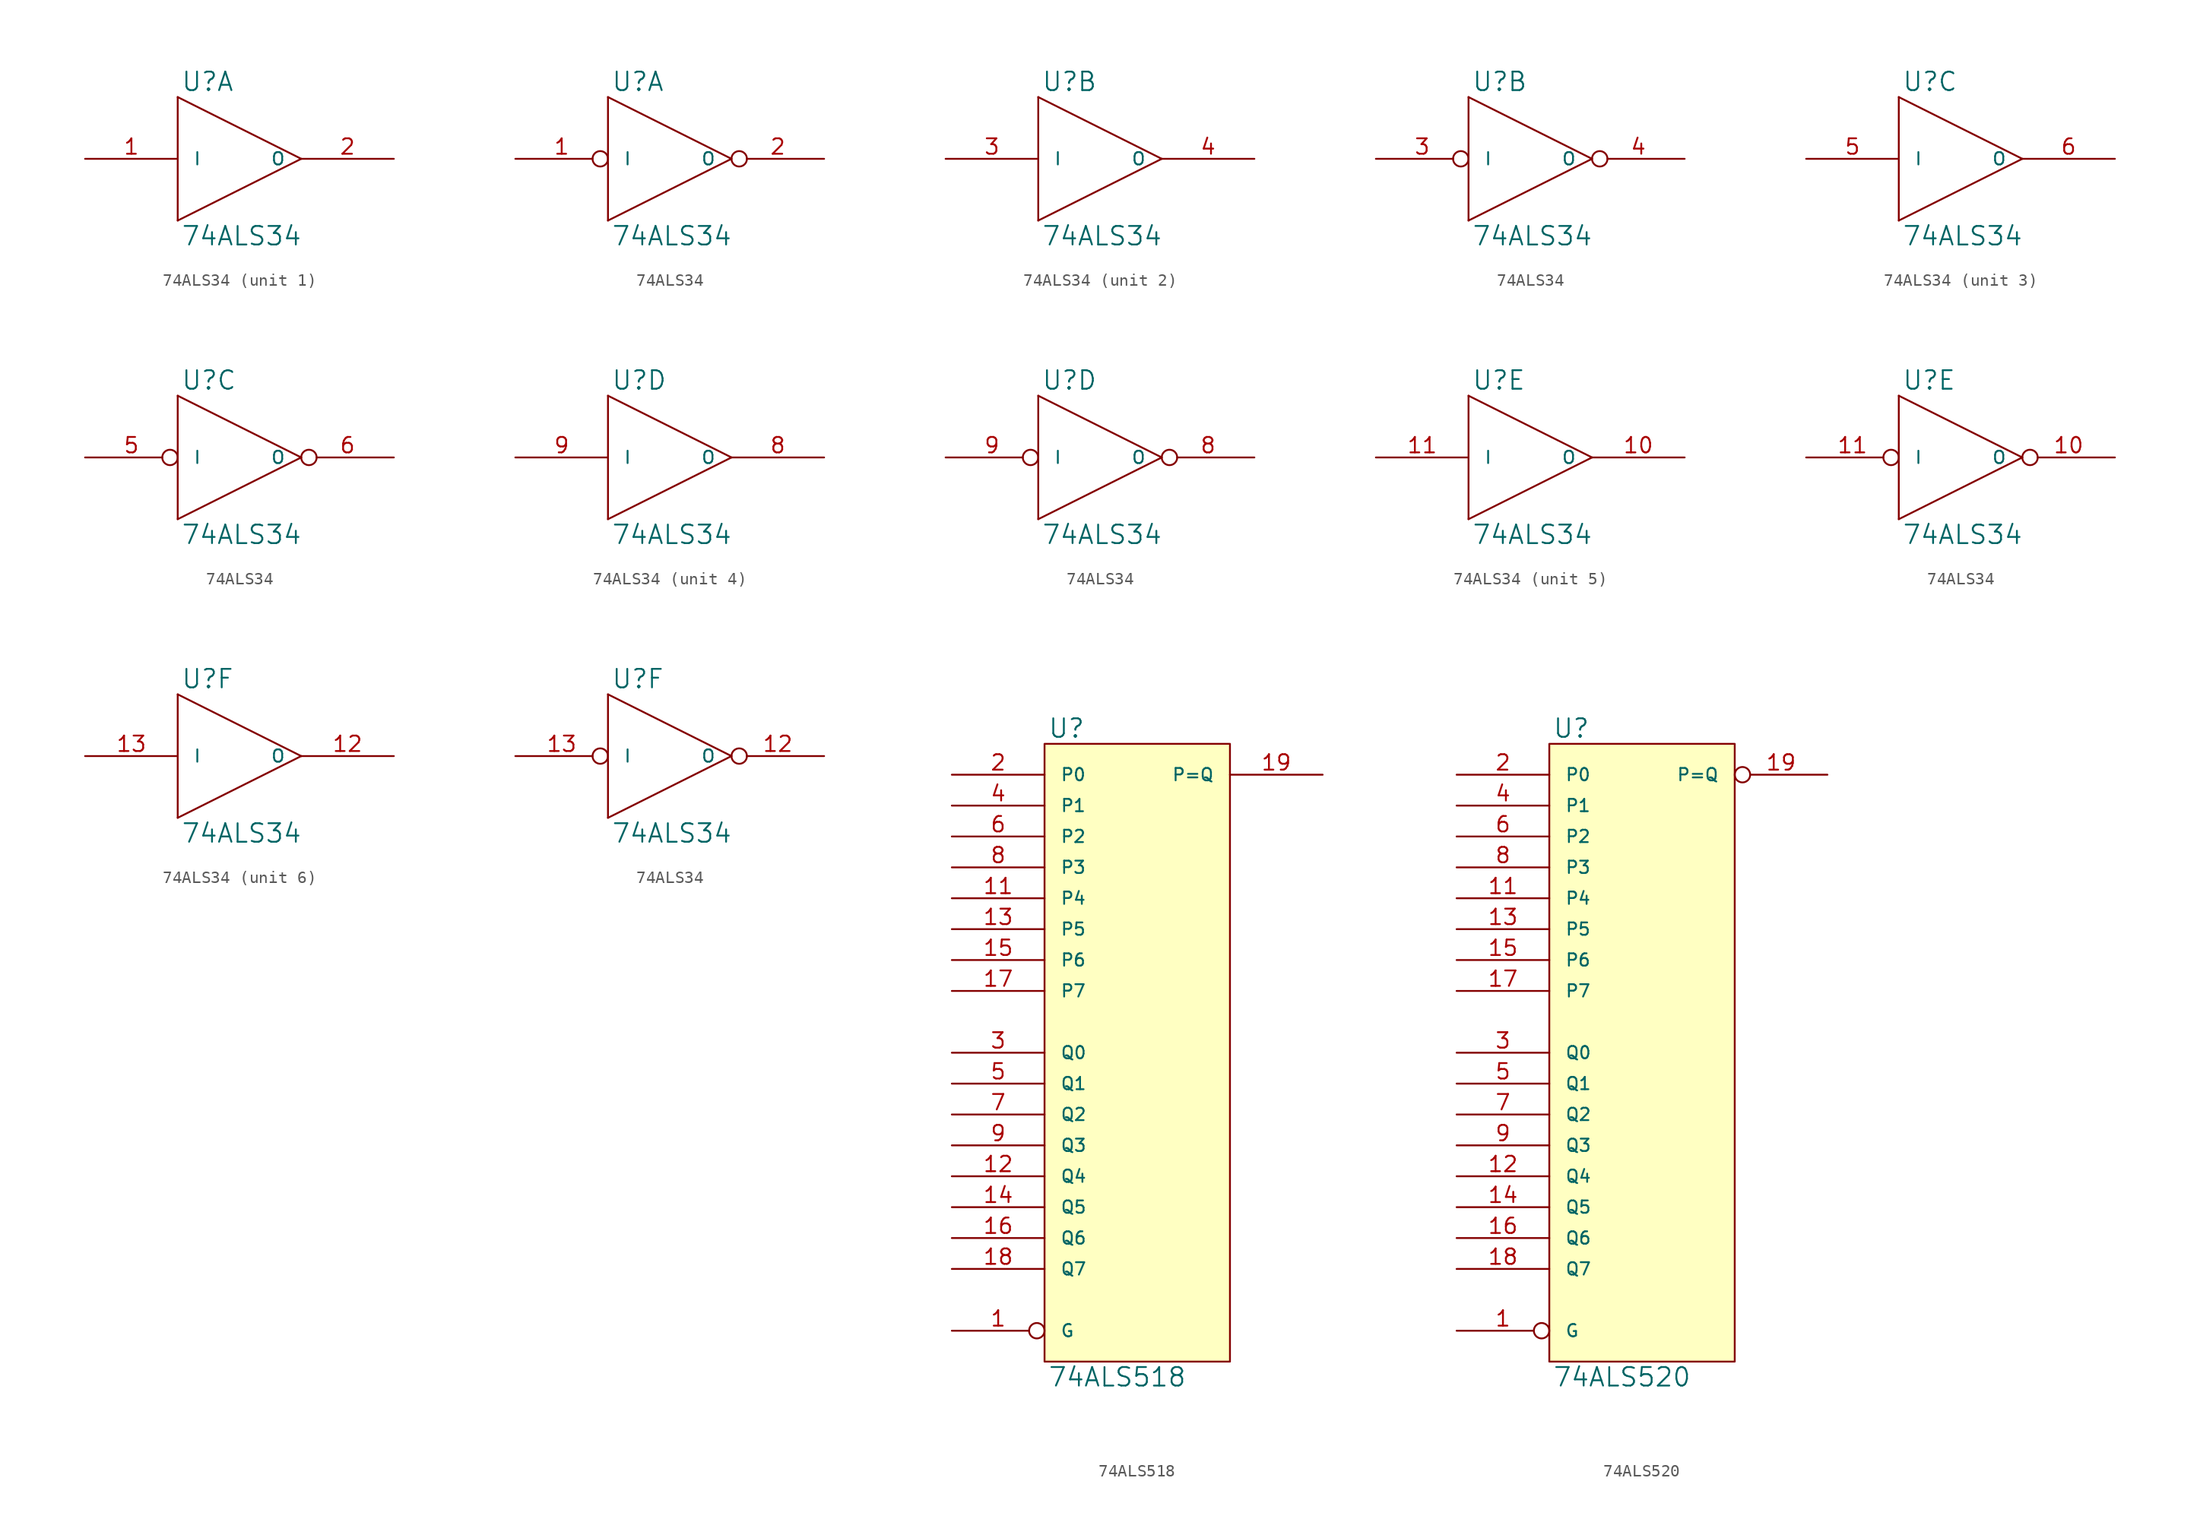
<source format=kicad_sym>
(kicad_symbol_lib
  (version 20231120)
  (generator "kicad_symbol_editor")
  (generator_version "8.0")
  (symbol "74ALS34"
    (pin_names
      (offset 1.27))
    (property "Reference" "U"
      (at 0.254 0.381 0)
      (effects (font (size 1.524 1.524)) (justify left bottom)))
    (property "Value" "74ALS34"
      (at 0.254 -10.541 0)
      (effects (font (size 1.524 1.524)) (justify left top)))
    (symbol "74ALS34_0_1"
      (polyline (pts (xy 0 -10.16) (xy 0 0)) (stroke (width 0) (type solid)) (fill (type none)))
      (polyline (pts (xy 0 0) (xy 10.16 -5.08)) (stroke (width 0) (type solid)) (fill (type none)))
      (polyline (pts (xy 10.16 -5.08) (xy 0 -10.16)) (stroke (width 0) (type solid)) (fill (type none))))
    (symbol "74ALS34_0_2"
      (polyline (pts (xy 0 -10.16) (xy 0 0)) (stroke (width 0) (type solid)) (fill (type none)))
      (polyline (pts (xy 0 0) (xy 10.16 -5.08)) (stroke (width 0) (type solid)) (fill (type none)))
      (polyline (pts (xy 10.16 -5.08) (xy 0 -10.16)) (stroke (width 0) (type solid)) (fill (type none))))
    (symbol "74ALS34_1_1"
      (pin input line (at -7.62 -5.08 0) (length 7.62) (name "I" (effects (font (size 1.016 1.016)))) (number "1" (effects (font (size 1.27 1.27)))))
      (pin power_in line (at 0 0 270) (length 0) hide (name "VCC" (effects (font (size 1.016 1.016)))) (number "14" (effects (font (size 1.27 1.27)))))
      (pin output line (at 17.78 -5.08 180) (length 7.62) (name "O" (effects (font (size 1.016 1.016)))) (number "2" (effects (font (size 1.27 1.27)))))
      (pin power_in line (at 0 -10.16 90) (length 0) hide (name "GND" (effects (font (size 1.016 1.016)))) (number "7" (effects (font (size 1.27 1.27))))))
    (symbol "74ALS34_1_2"
      (pin input inverted (at -7.62 -5.08 0) (length 7.62) (name "I" (effects (font (size 1.016 1.016)))) (number "1" (effects (font (size 1.27 1.27)))))
      (pin power_in line (at 0 0 270) (length 0) hide (name "VCC" (effects (font (size 1.016 1.016)))) (number "14" (effects (font (size 1.27 1.27)))))
      (pin output inverted (at 17.78 -5.08 180) (length 7.62) (name "O" (effects (font (size 1.016 1.016)))) (number "2" (effects (font (size 1.27 1.27)))))
      (pin power_in line (at 0 -10.16 90) (length 0) hide (name "GND" (effects (font (size 1.016 1.016)))) (number "7" (effects (font (size 1.27 1.27))))))
    (symbol "74ALS34_2_1"
      (pin power_in line (at 0 0 270) (length 0) hide (name "VCC" (effects (font (size 1.016 1.016)))) (number "14" (effects (font (size 1.27 1.27)))))
      (pin input line (at -7.62 -5.08 0) (length 7.62) (name "I" (effects (font (size 1.016 1.016)))) (number "3" (effects (font (size 1.27 1.27)))))
      (pin output line (at 17.78 -5.08 180) (length 7.62) (name "O" (effects (font (size 1.016 1.016)))) (number "4" (effects (font (size 1.27 1.27)))))
      (pin power_in line (at 0 -10.16 90) (length 0) hide (name "GND" (effects (font (size 1.016 1.016)))) (number "7" (effects (font (size 1.27 1.27))))))
    (symbol "74ALS34_2_2"
      (pin power_in line (at 0 0 270) (length 0) hide (name "VCC" (effects (font (size 1.016 1.016)))) (number "14" (effects (font (size 1.27 1.27)))))
      (pin input inverted (at -7.62 -5.08 0) (length 7.62) (name "I" (effects (font (size 1.016 1.016)))) (number "3" (effects (font (size 1.27 1.27)))))
      (pin output inverted (at 17.78 -5.08 180) (length 7.62) (name "O" (effects (font (size 1.016 1.016)))) (number "4" (effects (font (size 1.27 1.27)))))
      (pin power_in line (at 0 -10.16 90) (length 0) hide (name "GND" (effects (font (size 1.016 1.016)))) (number "7" (effects (font (size 1.27 1.27))))))
    (symbol "74ALS34_3_1"
      (pin power_in line (at 0 0 270) (length 0) hide (name "VCC" (effects (font (size 1.016 1.016)))) (number "14" (effects (font (size 1.27 1.27)))))
      (pin input line (at -7.62 -5.08 0) (length 7.62) (name "I" (effects (font (size 1.016 1.016)))) (number "5" (effects (font (size 1.27 1.27)))))
      (pin output line (at 17.78 -5.08 180) (length 7.62) (name "O" (effects (font (size 1.016 1.016)))) (number "6" (effects (font (size 1.27 1.27)))))
      (pin power_in line (at 0 -10.16 90) (length 0) hide (name "GND" (effects (font (size 1.016 1.016)))) (number "7" (effects (font (size 1.27 1.27))))))
    (symbol "74ALS34_3_2"
      (pin power_in line (at 0 0 270) (length 0) hide (name "VCC" (effects (font (size 1.016 1.016)))) (number "14" (effects (font (size 1.27 1.27)))))
      (pin input inverted (at -7.62 -5.08 0) (length 7.62) (name "I" (effects (font (size 1.016 1.016)))) (number "5" (effects (font (size 1.27 1.27)))))
      (pin output inverted (at 17.78 -5.08 180) (length 7.62) (name "O" (effects (font (size 1.016 1.016)))) (number "6" (effects (font (size 1.27 1.27)))))
      (pin power_in line (at 0 -10.16 90) (length 0) hide (name "GND" (effects (font (size 1.016 1.016)))) (number "7" (effects (font (size 1.27 1.27))))))
    (symbol "74ALS34_4_1"
      (pin power_in line (at 0 0 270) (length 0) hide (name "VCC" (effects (font (size 1.016 1.016)))) (number "14" (effects (font (size 1.27 1.27)))))
      (pin power_in line (at 0 -10.16 90) (length 0) hide (name "GND" (effects (font (size 1.016 1.016)))) (number "7" (effects (font (size 1.27 1.27)))))
      (pin output line (at 17.78 -5.08 180) (length 7.62) (name "O" (effects (font (size 1.016 1.016)))) (number "8" (effects (font (size 1.27 1.27)))))
      (pin input line (at -7.62 -5.08 0) (length 7.62) (name "I" (effects (font (size 1.016 1.016)))) (number "9" (effects (font (size 1.27 1.27))))))
    (symbol "74ALS34_4_2"
      (pin power_in line (at 0 0 270) (length 0) hide (name "VCC" (effects (font (size 1.016 1.016)))) (number "14" (effects (font (size 1.27 1.27)))))
      (pin power_in line (at 0 -10.16 90) (length 0) hide (name "GND" (effects (font (size 1.016 1.016)))) (number "7" (effects (font (size 1.27 1.27)))))
      (pin output inverted (at 17.78 -5.08 180) (length 7.62) (name "O" (effects (font (size 1.016 1.016)))) (number "8" (effects (font (size 1.27 1.27)))))
      (pin input inverted (at -7.62 -5.08 0) (length 7.62) (name "I" (effects (font (size 1.016 1.016)))) (number "9" (effects (font (size 1.27 1.27))))))
    (symbol "74ALS34_5_1"
      (pin output line (at 17.78 -5.08 180) (length 7.62) (name "O" (effects (font (size 1.016 1.016)))) (number "10" (effects (font (size 1.27 1.27)))))
      (pin input line (at -7.62 -5.08 0) (length 7.62) (name "I" (effects (font (size 1.016 1.016)))) (number "11" (effects (font (size 1.27 1.27)))))
      (pin power_in line (at 0 0 270) (length 0) hide (name "VCC" (effects (font (size 1.016 1.016)))) (number "14" (effects (font (size 1.27 1.27)))))
      (pin power_in line (at 0 -10.16 90) (length 0) hide (name "GND" (effects (font (size 1.016 1.016)))) (number "7" (effects (font (size 1.27 1.27))))))
    (symbol "74ALS34_5_2"
      (pin output inverted (at 17.78 -5.08 180) (length 7.62) (name "O" (effects (font (size 1.016 1.016)))) (number "10" (effects (font (size 1.27 1.27)))))
      (pin input inverted (at -7.62 -5.08 0) (length 7.62) (name "I" (effects (font (size 1.016 1.016)))) (number "11" (effects (font (size 1.27 1.27)))))
      (pin power_in line (at 0 0 270) (length 0) hide (name "VCC" (effects (font (size 1.016 1.016)))) (number "14" (effects (font (size 1.27 1.27)))))
      (pin power_in line (at 0 -10.16 90) (length 0) hide (name "GND" (effects (font (size 1.016 1.016)))) (number "7" (effects (font (size 1.27 1.27))))))
    (symbol "74ALS34_6_1"
      (pin output line (at 17.78 -5.08 180) (length 7.62) (name "O" (effects (font (size 1.016 1.016)))) (number "12" (effects (font (size 1.27 1.27)))))
      (pin input line (at -7.62 -5.08 0) (length 7.62) (name "I" (effects (font (size 1.016 1.016)))) (number "13" (effects (font (size 1.27 1.27)))))
      (pin power_in line (at 0 0 270) (length 0) hide (name "VCC" (effects (font (size 1.016 1.016)))) (number "14" (effects (font (size 1.27 1.27)))))
      (pin power_in line (at 0 -10.16 90) (length 0) hide (name "GND" (effects (font (size 1.016 1.016)))) (number "7" (effects (font (size 1.27 1.27))))))
    (symbol "74ALS34_6_2"
      (pin output inverted (at 17.78 -5.08 180) (length 7.62) (name "O" (effects (font (size 1.016 1.016)))) (number "12" (effects (font (size 1.27 1.27)))))
      (pin input inverted (at -7.62 -5.08 0) (length 7.62) (name "I" (effects (font (size 1.016 1.016)))) (number "13" (effects (font (size 1.27 1.27)))))
      (pin power_in line (at 0 0 270) (length 0) hide (name "VCC" (effects (font (size 1.016 1.016)))) (number "14" (effects (font (size 1.27 1.27)))))
      (pin power_in line (at 0 -10.16 90) (length 0) hide (name "GND" (effects (font (size 1.016 1.016)))) (number "7" (effects (font (size 1.27 1.27)))))))
  (symbol "74ALS518"
    (pin_names
      (offset 1.27))
    (property "Reference" "U"
      (at 0.254 0.381 0)
      (effects (font (size 1.524 1.524)) (justify left bottom)))
    (property "Value" "74ALS518"
      (at 0.254 -51.181 0)
      (effects (font (size 1.524 1.524)) (justify left top)))
    (symbol "74ALS518_0_1"
      (rectangle (start 0 0) (end 15.24 -50.8) (stroke (width 0) (type solid)) (fill (type background))))
    (symbol "74ALS518_1_1"
      (pin input inverted (at -7.62 -48.26 0) (length 7.62) (name "G" (effects (font (size 1.016 1.016)))) (number "1" (effects (font (size 1.27 1.27)))))
      (pin power_in line (at 0 -50.8 90) (length 0) hide (name "GND" (effects (font (size 1.016 1.016)))) (number "10" (effects (font (size 1.27 1.27)))))
      (pin input line (at -7.62 -12.7 0) (length 7.62) (name "P4" (effects (font (size 1.016 1.016)))) (number "11" (effects (font (size 1.27 1.27)))))
      (pin input line (at -7.62 -35.56 0) (length 7.62) (name "Q4" (effects (font (size 1.016 1.016)))) (number "12" (effects (font (size 1.27 1.27)))))
      (pin input line (at -7.62 -15.24 0) (length 7.62) (name "P5" (effects (font (size 1.016 1.016)))) (number "13" (effects (font (size 1.27 1.27)))))
      (pin input line (at -7.62 -38.1 0) (length 7.62) (name "Q5" (effects (font (size 1.016 1.016)))) (number "14" (effects (font (size 1.27 1.27)))))
      (pin input line (at -7.62 -17.78 0) (length 7.62) (name "P6" (effects (font (size 1.016 1.016)))) (number "15" (effects (font (size 1.27 1.27)))))
      (pin input line (at -7.62 -40.64 0) (length 7.62) (name "Q6" (effects (font (size 1.016 1.016)))) (number "16" (effects (font (size 1.27 1.27)))))
      (pin input line (at -7.62 -20.32 0) (length 7.62) (name "P7" (effects (font (size 1.016 1.016)))) (number "17" (effects (font (size 1.27 1.27)))))
      (pin input line (at -7.62 -43.18 0) (length 7.62) (name "Q7" (effects (font (size 1.016 1.016)))) (number "18" (effects (font (size 1.27 1.27)))))
      (pin open_collector line (at 22.86 -2.54 180) (length 7.62) (name "P=Q" (effects (font (size 1.016 1.016)))) (number "19" (effects (font (size 1.27 1.27)))))
      (pin input line (at -7.62 -2.54 0) (length 7.62) (name "P0" (effects (font (size 1.016 1.016)))) (number "2" (effects (font (size 1.27 1.27)))))
      (pin power_in line (at 0 0 270) (length 0) hide (name "VCC" (effects (font (size 1.016 1.016)))) (number "20" (effects (font (size 1.27 1.27)))))
      (pin input line (at -7.62 -25.4 0) (length 7.62) (name "Q0" (effects (font (size 1.016 1.016)))) (number "3" (effects (font (size 1.27 1.27)))))
      (pin input line (at -7.62 -5.08 0) (length 7.62) (name "P1" (effects (font (size 1.016 1.016)))) (number "4" (effects (font (size 1.27 1.27)))))
      (pin input line (at -7.62 -27.94 0) (length 7.62) (name "Q1" (effects (font (size 1.016 1.016)))) (number "5" (effects (font (size 1.27 1.27)))))
      (pin input line (at -7.62 -7.62 0) (length 7.62) (name "P2" (effects (font (size 1.016 1.016)))) (number "6" (effects (font (size 1.27 1.27)))))
      (pin input line (at -7.62 -30.48 0) (length 7.62) (name "Q2" (effects (font (size 1.016 1.016)))) (number "7" (effects (font (size 1.27 1.27)))))
      (pin input line (at -7.62 -10.16 0) (length 7.62) (name "P3" (effects (font (size 1.016 1.016)))) (number "8" (effects (font (size 1.27 1.27)))))
      (pin input line (at -7.62 -33.02 0) (length 7.62) (name "Q3" (effects (font (size 1.016 1.016)))) (number "9" (effects (font (size 1.27 1.27)))))))
  (symbol "74ALS520"
    (pin_names
      (offset 1.27))
    (property "Reference" "U"
      (at 0.254 0.381 0)
      (effects (font (size 1.524 1.524)) (justify left bottom)))
    (property "Value" "74ALS520"
      (at 0.254 -51.181 0)
      (effects (font (size 1.524 1.524)) (justify left top)))
    (symbol "74ALS520_0_1"
      (rectangle (start 0 0) (end 15.24 -50.8) (stroke (width 0) (type solid)) (fill (type background))))
    (symbol "74ALS520_1_1"
      (pin input inverted (at -7.62 -48.26 0) (length 7.62) (name "G" (effects (font (size 1.016 1.016)))) (number "1" (effects (font (size 1.27 1.27)))))
      (pin power_in line (at 0 -50.8 90) (length 0) hide (name "GND" (effects (font (size 1.016 1.016)))) (number "10" (effects (font (size 1.27 1.27)))))
      (pin input line (at -7.62 -12.7 0) (length 7.62) (name "P4" (effects (font (size 1.016 1.016)))) (number "11" (effects (font (size 1.27 1.27)))))
      (pin input line (at -7.62 -35.56 0) (length 7.62) (name "Q4" (effects (font (size 1.016 1.016)))) (number "12" (effects (font (size 1.27 1.27)))))
      (pin input line (at -7.62 -15.24 0) (length 7.62) (name "P5" (effects (font (size 1.016 1.016)))) (number "13" (effects (font (size 1.27 1.27)))))
      (pin input line (at -7.62 -38.1 0) (length 7.62) (name "Q5" (effects (font (size 1.016 1.016)))) (number "14" (effects (font (size 1.27 1.27)))))
      (pin input line (at -7.62 -17.78 0) (length 7.62) (name "P6" (effects (font (size 1.016 1.016)))) (number "15" (effects (font (size 1.27 1.27)))))
      (pin input line (at -7.62 -40.64 0) (length 7.62) (name "Q6" (effects (font (size 1.016 1.016)))) (number "16" (effects (font (size 1.27 1.27)))))
      (pin input line (at -7.62 -20.32 0) (length 7.62) (name "P7" (effects (font (size 1.016 1.016)))) (number "17" (effects (font (size 1.27 1.27)))))
      (pin input line (at -7.62 -43.18 0) (length 7.62) (name "Q7" (effects (font (size 1.016 1.016)))) (number "18" (effects (font (size 1.27 1.27)))))
      (pin output inverted (at 22.86 -2.54 180) (length 7.62) (name "P=Q" (effects (font (size 1.016 1.016)))) (number "19" (effects (font (size 1.27 1.27)))))
      (pin input line (at -7.62 -2.54 0) (length 7.62) (name "P0" (effects (font (size 1.016 1.016)))) (number "2" (effects (font (size 1.27 1.27)))))
      (pin power_in line (at 0 0 270) (length 0) hide (name "VCC" (effects (font (size 1.016 1.016)))) (number "20" (effects (font (size 1.27 1.27)))))
      (pin input line (at -7.62 -25.4 0) (length 7.62) (name "Q0" (effects (font (size 1.016 1.016)))) (number "3" (effects (font (size 1.27 1.27)))))
      (pin input line (at -7.62 -5.08 0) (length 7.62) (name "P1" (effects (font (size 1.016 1.016)))) (number "4" (effects (font (size 1.27 1.27)))))
      (pin input line (at -7.62 -27.94 0) (length 7.62) (name "Q1" (effects (font (size 1.016 1.016)))) (number "5" (effects (font (size 1.27 1.27)))))
      (pin input line (at -7.62 -7.62 0) (length 7.62) (name "P2" (effects (font (size 1.016 1.016)))) (number "6" (effects (font (size 1.27 1.27)))))
      (pin input line (at -7.62 -30.48 0) (length 7.62) (name "Q2" (effects (font (size 1.016 1.016)))) (number "7" (effects (font (size 1.27 1.27)))))
      (pin input line (at -7.62 -10.16 0) (length 7.62) (name "P3" (effects (font (size 1.016 1.016)))) (number "8" (effects (font (size 1.27 1.27)))))
      (pin input line (at -7.62 -33.02 0) (length 7.62) (name "Q3" (effects (font (size 1.016 1.016)))) (number "9" (effects (font (size 1.27 1.27))))))))
</source>
